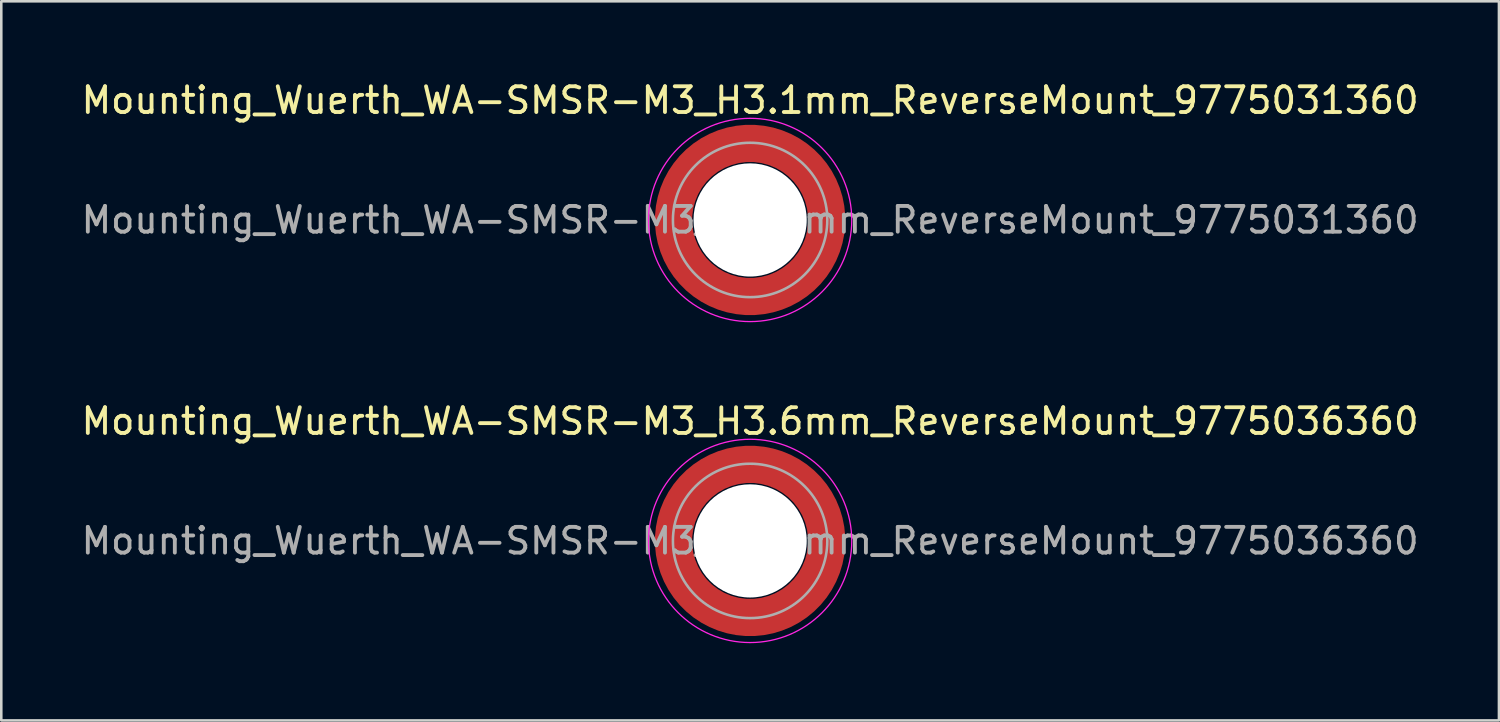
<source format=kicad_pcb>
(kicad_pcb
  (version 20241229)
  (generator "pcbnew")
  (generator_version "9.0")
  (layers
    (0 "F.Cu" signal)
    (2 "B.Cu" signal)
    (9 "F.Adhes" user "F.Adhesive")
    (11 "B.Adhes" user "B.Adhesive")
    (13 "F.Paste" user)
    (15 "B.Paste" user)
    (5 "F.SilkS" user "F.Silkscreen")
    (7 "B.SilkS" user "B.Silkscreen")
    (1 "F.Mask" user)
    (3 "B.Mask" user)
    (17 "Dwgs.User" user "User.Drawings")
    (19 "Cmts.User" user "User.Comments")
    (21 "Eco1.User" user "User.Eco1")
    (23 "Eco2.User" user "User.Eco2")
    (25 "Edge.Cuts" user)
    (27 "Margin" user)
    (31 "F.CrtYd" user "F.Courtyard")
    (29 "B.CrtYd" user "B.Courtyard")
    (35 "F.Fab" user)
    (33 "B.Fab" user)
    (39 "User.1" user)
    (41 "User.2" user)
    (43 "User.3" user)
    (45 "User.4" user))
  (footprint "Mounting_Wuerth_WA-SMSR-M3_H3.1mm_ReverseMount_9775031360"
    (layer "F.Cu")
    (at 26.101 5.498)
    (property "Reference" "Mounting_Wuerth_WA-SMSR-M3_H3.1mm_ReverseMount_9775031360" (at 0 -4.65 0) (layer "F.SilkS") (effects (font (size 1 1) (thickness 0.15))))
    (attr smd)
    (fp_circle (center 0 0) (end 3.95 0) (stroke (width 0.05) (type solid)) (fill no) (layer "F.CrtYd"))
    (fp_circle (center 0 0) (end 3 0) (stroke (width 0.1) (type solid)) (fill no) (layer "F.Fab"))
    (fp_text user "${REFERENCE}" (at 0 0 0) (layer "F.Fab") (effects (font (size 1 1) (thickness 0.15))))
    (pad "" smd custom (at -2.095 -2.095) (size 0.945 0.945) (layers "F.Paste") (options (anchor circle)) (primitives (gr_arc (start -0.24231 1.594804) (mid 0.404104 0.405534) (end 1.592827 -0.241886) (width 0.2)) (gr_arc (start -0.3398 1.594804) (mid 0.335987 0.338711) (end 1.591031 -0.339022) (width 0.2)) (gr_arc (start -0.437132 1.594804) (mid 0.268952 0.270807) (end 1.592231 -0.436623) (width 0.2)) (gr_arc (start -0.534324 1.594804) (mid 0.201345 0.203474) (end 1.591846 -0.53376) (width 0.2)) (gr_arc (start -0.631391 1.594804) (mid 0.134696 0.135183) (end 1.594126 -0.631267) (width 0.2)) (gr_arc (start -0.728345 1.594804) (mid 0.067234 0.067705) (end 1.594149 -0.728229) (width 0.2)) (gr_arc (start -0.825197 1.594804) (mid -0.001218 0.001219) (end 1.591408 -0.824614) (width 0.2)) (gr_arc (start -0.921958 1.594804) (mid -0.068952 -0.065985) (end 1.590665 -0.921269) (width 0.2)) (gr_arc (start -1.018637 1.594804) (mid -0.135972 -0.133906) (end 1.59192 -1.018172) (width 0.2)) (gr_arc (start -1.115239 1.594804) (mid -0.20428 -0.200537) (end 1.589574 -1.11442) (width 0.2)) (gr_arc (start -1.211773 1.594804) (mid -0.26993 -0.269828) (end 1.594662 -1.211752) (width 0.2)) (gr_arc (start -1.308244 1.594804) (mid -0.33911 -0.335587) (end 1.589875 -1.307516) (width 0.2)) (gr_arc (start -1.404657 1.594804) (mid -0.405633 -0.404004) (end 1.592524 -1.404331) (width 0.2)) (gr_arc (start -1.404657 1.594804) (mid -0.405633 -0.404004) (end 1.592524 -1.404331) (width 0.2)) (gr_line (start 1.595 -0.242) (end 1.595 -1.405) (width 0.2)) (gr_line (start -0.242 1.595) (end -1.405 1.595) (width 0.2))))
    (pad "" smd custom (at -2.095 2.095) (size 0.945 0.945) (layers "F.Paste") (options (anchor circle)) (primitives (gr_arc (start 1.594804 0.24231) (mid 0.405534 -0.404104) (end -0.241886 -1.592827) (width 0.2)) (gr_arc (start 1.594804 0.3398) (mid 0.338711 -0.335987) (end -0.339022 -1.591031) (width 0.2)) (gr_arc (start 1.594804 0.437132) (mid 0.270807 -0.268952) (end -0.436623 -1.592231) (width 0.2)) (gr_arc (start 1.594804 0.534324) (mid 0.203474 -0.201345) (end -0.53376 -1.591846) (width 0.2)) (gr_arc (start 1.594804 0.631391) (mid 0.135183 -0.134696) (end -0.631267 -1.594126) (width 0.2)) (gr_arc (start 1.594804 0.728345) (mid 0.067705 -0.067234) (end -0.728229 -1.594149) (width 0.2)) (gr_arc (start 1.594804 0.825197) (mid 0.001219 0.001218) (end -0.824614 -1.591408) (width 0.2)) (gr_arc (start 1.594804 0.921958) (mid -0.065985 0.068952) (end -0.921269 -1.590665) (width 0.2)) (gr_arc (start 1.594804 1.018637) (mid -0.133906 0.135972) (end -1.018172 -1.59192) (width 0.2)) (gr_arc (start 1.594804 1.115239) (mid -0.200537 0.20428) (end -1.11442 -1.589574) (width 0.2)) (gr_arc (start 1.594804 1.211773) (mid -0.269828 0.26993) (end -1.211752 -1.594662) (width 0.2)) (gr_arc (start 1.594804 1.308244) (mid -0.335587 0.33911) (end -1.307516 -1.589875) (width 0.2)) (gr_arc (start 1.594804 1.404657) (mid -0.404004 0.405633) (end -1.404331 -1.592524) (width 0.2)) (gr_arc (start 1.594804 1.404657) (mid -0.404004 0.405633) (end -1.404331 -1.592524) (width 0.2)) (gr_line (start -0.242 -1.595) (end -1.405 -1.595) (width 0.2)) (gr_line (start 1.595 0.242) (end 1.595 1.405) (width 0.2))))
    (pad "" np_thru_hole circle (at 0 0) (size 4.4 4.4) (drill 4.4) (layers "*.Cu" "*.Mask"))
    (pad "" smd custom (at 2.095 -2.095) (size 0.945 0.945) (layers "F.Paste") (options (anchor circle)) (primitives (gr_arc (start -1.594804 -0.24231) (mid -0.405534 0.404104) (end 0.241886 1.592827) (width 0.2)) (gr_arc (start -1.594804 -0.3398) (mid -0.338711 0.335987) (end 0.339022 1.591031) (width 0.2)) (gr_arc (start -1.594804 -0.437132) (mid -0.270807 0.268952) (end 0.436623 1.592231) (width 0.2)) (gr_arc (start -1.594804 -0.534324) (mid -0.203474 0.201345) (end 0.53376 1.591846) (width 0.2)) (gr_arc (start -1.594804 -0.631391) (mid -0.135183 0.134696) (end 0.631267 1.594126) (width 0.2)) (gr_arc (start -1.594804 -0.728345) (mid -0.067705 0.067234) (end 0.728229 1.594149) (width 0.2)) (gr_arc (start -1.594804 -0.825197) (mid -0.001219 -0.001218) (end 0.824614 1.591408) (width 0.2)) (gr_arc (start -1.594804 -0.921958) (mid 0.065985 -0.068952) (end 0.921269 1.590665) (width 0.2)) (gr_arc (start -1.594804 -1.018637) (mid 0.133906 -0.135972) (end 1.018172 1.59192) (width 0.2)) (gr_arc (start -1.594804 -1.115239) (mid 0.200537 -0.20428) (end 1.11442 1.589574) (width 0.2)) (gr_arc (start -1.594804 -1.211773) (mid 0.269828 -0.26993) (end 1.211752 1.594662) (width 0.2)) (gr_arc (start -1.594804 -1.308244) (mid 0.335587 -0.33911) (end 1.307516 1.589875) (width 0.2)) (gr_arc (start -1.594804 -1.404657) (mid 0.404004 -0.405633) (end 1.404331 1.592524) (width 0.2)) (gr_arc (start -1.594804 -1.404657) (mid 0.404004 -0.405633) (end 1.404331 1.592524) (width 0.2)) (gr_line (start 0.242 1.595) (end 1.405 1.595) (width 0.2)) (gr_line (start -1.595 -0.242) (end -1.595 -1.405) (width 0.2))))
    (pad "" smd custom (at 2.095 2.095) (size 0.945 0.945) (layers "F.Paste") (options (anchor circle)) (primitives (gr_arc (start 0.24231 -1.594804) (mid -0.404104 -0.405534) (end -1.592827 0.241886) (width 0.2)) (gr_arc (start 0.3398 -1.594804) (mid -0.335987 -0.338711) (end -1.591031 0.339022) (width 0.2)) (gr_arc (start 0.437132 -1.594804) (mid -0.268952 -0.270807) (end -1.592231 0.436623) (width 0.2)) (gr_arc (start 0.534324 -1.594804) (mid -0.201345 -0.203474) (end -1.591846 0.53376) (width 0.2)) (gr_arc (start 0.631391 -1.594804) (mid -0.134696 -0.135183) (end -1.594126 0.631267) (width 0.2)) (gr_arc (start 0.728345 -1.594804) (mid -0.067234 -0.067705) (end -1.594149 0.728229) (width 0.2)) (gr_arc (start 0.825197 -1.594804) (mid 0.001218 -0.001219) (end -1.591408 0.824614) (width 0.2)) (gr_arc (start 0.921958 -1.594804) (mid 0.068952 0.065985) (end -1.590665 0.921269) (width 0.2)) (gr_arc (start 1.018637 -1.594804) (mid 0.135972 0.133906) (end -1.59192 1.018172) (width 0.2)) (gr_arc (start 1.115239 -1.594804) (mid 0.20428 0.200537) (end -1.589574 1.11442) (width 0.2)) (gr_arc (start 1.211773 -1.594804) (mid 0.26993 0.269828) (end -1.594662 1.211752) (width 0.2)) (gr_arc (start 1.308244 -1.594804) (mid 0.33911 0.335587) (end -1.589875 1.307516) (width 0.2)) (gr_arc (start 1.404657 -1.594804) (mid 0.405633 0.404004) (end -1.592524 1.404331) (width 0.2)) (gr_arc (start 1.404657 -1.594804) (mid 0.405633 0.404004) (end -1.592524 1.404331) (width 0.2)) (gr_line (start -1.595 0.242) (end -1.595 1.405) (width 0.2)) (gr_line (start 0.242 -1.595) (end 1.405 -1.595) (width 0.2))))
    (pad "1" smd circle (at -2.975 0) (size 1.05 1.05) (layers "F.Cu"))
    (pad "1" smd circle (at 0 -2.975) (size 1.05 1.05) (layers "F.Cu"))
    (pad "1" smd circle (at 0 2.975) (size 1.05 1.05) (layers "F.Cu"))
    (pad "1" smd custom (at 2.975 0) (size 1.05 1.05) (layers "F.Cu" "F.Mask") (options (anchor circle)) (primitives (gr_circle (center -2.975 0) (end 0 0) (width 1.45) (fill no)))))
  (footprint "Mounting_Wuerth_WA-SMSR-M3_H3.6mm_ReverseMount_9775036360"
    (layer "F.Cu")
    (at 26.101 17.971)
    (property "Reference" "Mounting_Wuerth_WA-SMSR-M3_H3.6mm_ReverseMount_9775036360" (at 0 -4.65 0) (layer "F.SilkS") (effects (font (size 1 1) (thickness 0.15))))
    (attr smd)
    (fp_circle (center 0 0) (end 3.95 0) (stroke (width 0.05) (type solid)) (fill no) (layer "F.CrtYd"))
    (fp_circle (center 0 0) (end 3 0) (stroke (width 0.1) (type solid)) (fill no) (layer "F.Fab"))
    (fp_text user "${REFERENCE}" (at 0 0 0) (layer "F.Fab") (effects (font (size 1 1) (thickness 0.15))))
    (pad "" smd custom (at -2.095 -2.095) (size 0.945 0.945) (layers "F.Paste") (options (anchor circle)) (primitives (gr_arc (start -0.24231 1.594804) (mid 0.404104 0.405534) (end 1.592827 -0.241886) (width 0.2)) (gr_arc (start -0.3398 1.594804) (mid 0.335987 0.338711) (end 1.591031 -0.339022) (width 0.2)) (gr_arc (start -0.437132 1.594804) (mid 0.268952 0.270807) (end 1.592231 -0.436623) (width 0.2)) (gr_arc (start -0.534324 1.594804) (mid 0.201345 0.203474) (end 1.591846 -0.53376) (width 0.2)) (gr_arc (start -0.631391 1.594804) (mid 0.134696 0.135183) (end 1.594126 -0.631267) (width 0.2)) (gr_arc (start -0.728345 1.594804) (mid 0.067234 0.067705) (end 1.594149 -0.728229) (width 0.2)) (gr_arc (start -0.825197 1.594804) (mid -0.001218 0.001219) (end 1.591408 -0.824614) (width 0.2)) (gr_arc (start -0.921958 1.594804) (mid -0.068952 -0.065985) (end 1.590665 -0.921269) (width 0.2)) (gr_arc (start -1.018637 1.594804) (mid -0.135972 -0.133906) (end 1.59192 -1.018172) (width 0.2)) (gr_arc (start -1.115239 1.594804) (mid -0.20428 -0.200537) (end 1.589574 -1.11442) (width 0.2)) (gr_arc (start -1.211773 1.594804) (mid -0.26993 -0.269828) (end 1.594662 -1.211752) (width 0.2)) (gr_arc (start -1.308244 1.594804) (mid -0.33911 -0.335587) (end 1.589875 -1.307516) (width 0.2)) (gr_arc (start -1.404657 1.594804) (mid -0.405633 -0.404004) (end 1.592524 -1.404331) (width 0.2)) (gr_arc (start -1.404657 1.594804) (mid -0.405633 -0.404004) (end 1.592524 -1.404331) (width 0.2)) (gr_line (start 1.595 -0.242) (end 1.595 -1.405) (width 0.2)) (gr_line (start -0.242 1.595) (end -1.405 1.595) (width 0.2))))
    (pad "" smd custom (at -2.095 2.095) (size 0.945 0.945) (layers "F.Paste") (options (anchor circle)) (primitives (gr_arc (start 1.594804 0.24231) (mid 0.405534 -0.404104) (end -0.241886 -1.592827) (width 0.2)) (gr_arc (start 1.594804 0.3398) (mid 0.338711 -0.335987) (end -0.339022 -1.591031) (width 0.2)) (gr_arc (start 1.594804 0.437132) (mid 0.270807 -0.268952) (end -0.436623 -1.592231) (width 0.2)) (gr_arc (start 1.594804 0.534324) (mid 0.203474 -0.201345) (end -0.53376 -1.591846) (width 0.2)) (gr_arc (start 1.594804 0.631391) (mid 0.135183 -0.134696) (end -0.631267 -1.594126) (width 0.2)) (gr_arc (start 1.594804 0.728345) (mid 0.067705 -0.067234) (end -0.728229 -1.594149) (width 0.2)) (gr_arc (start 1.594804 0.825197) (mid 0.001219 0.001218) (end -0.824614 -1.591408) (width 0.2)) (gr_arc (start 1.594804 0.921958) (mid -0.065985 0.068952) (end -0.921269 -1.590665) (width 0.2)) (gr_arc (start 1.594804 1.018637) (mid -0.133906 0.135972) (end -1.018172 -1.59192) (width 0.2)) (gr_arc (start 1.594804 1.115239) (mid -0.200537 0.20428) (end -1.11442 -1.589574) (width 0.2)) (gr_arc (start 1.594804 1.211773) (mid -0.269828 0.26993) (end -1.211752 -1.594662) (width 0.2)) (gr_arc (start 1.594804 1.308244) (mid -0.335587 0.33911) (end -1.307516 -1.589875) (width 0.2)) (gr_arc (start 1.594804 1.404657) (mid -0.404004 0.405633) (end -1.404331 -1.592524) (width 0.2)) (gr_arc (start 1.594804 1.404657) (mid -0.404004 0.405633) (end -1.404331 -1.592524) (width 0.2)) (gr_line (start -0.242 -1.595) (end -1.405 -1.595) (width 0.2)) (gr_line (start 1.595 0.242) (end 1.595 1.405) (width 0.2))))
    (pad "" np_thru_hole circle (at 0 0) (size 4.4 4.4) (drill 4.4) (layers "*.Cu" "*.Mask"))
    (pad "" smd custom (at 2.095 -2.095) (size 0.945 0.945) (layers "F.Paste") (options (anchor circle)) (primitives (gr_arc (start -1.594804 -0.24231) (mid -0.405534 0.404104) (end 0.241886 1.592827) (width 0.2)) (gr_arc (start -1.594804 -0.3398) (mid -0.338711 0.335987) (end 0.339022 1.591031) (width 0.2)) (gr_arc (start -1.594804 -0.437132) (mid -0.270807 0.268952) (end 0.436623 1.592231) (width 0.2)) (gr_arc (start -1.594804 -0.534324) (mid -0.203474 0.201345) (end 0.53376 1.591846) (width 0.2)) (gr_arc (start -1.594804 -0.631391) (mid -0.135183 0.134696) (end 0.631267 1.594126) (width 0.2)) (gr_arc (start -1.594804 -0.728345) (mid -0.067705 0.067234) (end 0.728229 1.594149) (width 0.2)) (gr_arc (start -1.594804 -0.825197) (mid -0.001219 -0.001218) (end 0.824614 1.591408) (width 0.2)) (gr_arc (start -1.594804 -0.921958) (mid 0.065985 -0.068952) (end 0.921269 1.590665) (width 0.2)) (gr_arc (start -1.594804 -1.018637) (mid 0.133906 -0.135972) (end 1.018172 1.59192) (width 0.2)) (gr_arc (start -1.594804 -1.115239) (mid 0.200537 -0.20428) (end 1.11442 1.589574) (width 0.2)) (gr_arc (start -1.594804 -1.211773) (mid 0.269828 -0.26993) (end 1.211752 1.594662) (width 0.2)) (gr_arc (start -1.594804 -1.308244) (mid 0.335587 -0.33911) (end 1.307516 1.589875) (width 0.2)) (gr_arc (start -1.594804 -1.404657) (mid 0.404004 -0.405633) (end 1.404331 1.592524) (width 0.2)) (gr_arc (start -1.594804 -1.404657) (mid 0.404004 -0.405633) (end 1.404331 1.592524) (width 0.2)) (gr_line (start 0.242 1.595) (end 1.405 1.595) (width 0.2)) (gr_line (start -1.595 -0.242) (end -1.595 -1.405) (width 0.2))))
    (pad "" smd custom (at 2.095 2.095) (size 0.945 0.945) (layers "F.Paste") (options (anchor circle)) (primitives (gr_arc (start 0.24231 -1.594804) (mid -0.404104 -0.405534) (end -1.592827 0.241886) (width 0.2)) (gr_arc (start 0.3398 -1.594804) (mid -0.335987 -0.338711) (end -1.591031 0.339022) (width 0.2)) (gr_arc (start 0.437132 -1.594804) (mid -0.268952 -0.270807) (end -1.592231 0.436623) (width 0.2)) (gr_arc (start 0.534324 -1.594804) (mid -0.201345 -0.203474) (end -1.591846 0.53376) (width 0.2)) (gr_arc (start 0.631391 -1.594804) (mid -0.134696 -0.135183) (end -1.594126 0.631267) (width 0.2)) (gr_arc (start 0.728345 -1.594804) (mid -0.067234 -0.067705) (end -1.594149 0.728229) (width 0.2)) (gr_arc (start 0.825197 -1.594804) (mid 0.001218 -0.001219) (end -1.591408 0.824614) (width 0.2)) (gr_arc (start 0.921958 -1.594804) (mid 0.068952 0.065985) (end -1.590665 0.921269) (width 0.2)) (gr_arc (start 1.018637 -1.594804) (mid 0.135972 0.133906) (end -1.59192 1.018172) (width 0.2)) (gr_arc (start 1.115239 -1.594804) (mid 0.20428 0.200537) (end -1.589574 1.11442) (width 0.2)) (gr_arc (start 1.211773 -1.594804) (mid 0.26993 0.269828) (end -1.594662 1.211752) (width 0.2)) (gr_arc (start 1.308244 -1.594804) (mid 0.33911 0.335587) (end -1.589875 1.307516) (width 0.2)) (gr_arc (start 1.404657 -1.594804) (mid 0.405633 0.404004) (end -1.592524 1.404331) (width 0.2)) (gr_arc (start 1.404657 -1.594804) (mid 0.405633 0.404004) (end -1.592524 1.404331) (width 0.2)) (gr_line (start -1.595 0.242) (end -1.595 1.405) (width 0.2)) (gr_line (start 0.242 -1.595) (end 1.405 -1.595) (width 0.2))))
    (pad "1" smd circle (at -2.975 0) (size 1.05 1.05) (layers "F.Cu"))
    (pad "1" smd circle (at 0 -2.975) (size 1.05 1.05) (layers "F.Cu"))
    (pad "1" smd circle (at 0 2.975) (size 1.05 1.05) (layers "F.Cu"))
    (pad "1" smd custom (at 2.975 0) (size 1.05 1.05) (layers "F.Cu" "F.Mask") (options (anchor circle)) (primitives (gr_circle (center -2.975 0) (end 0 0) (width 1.45) (fill no)))))
  (gr_rect
    (start -3 -3)
    (end 55.202 24.947)
    (stroke (width 0.1) (type default))
    (fill no)
    (layer "Edge.Cuts")))
</source>
